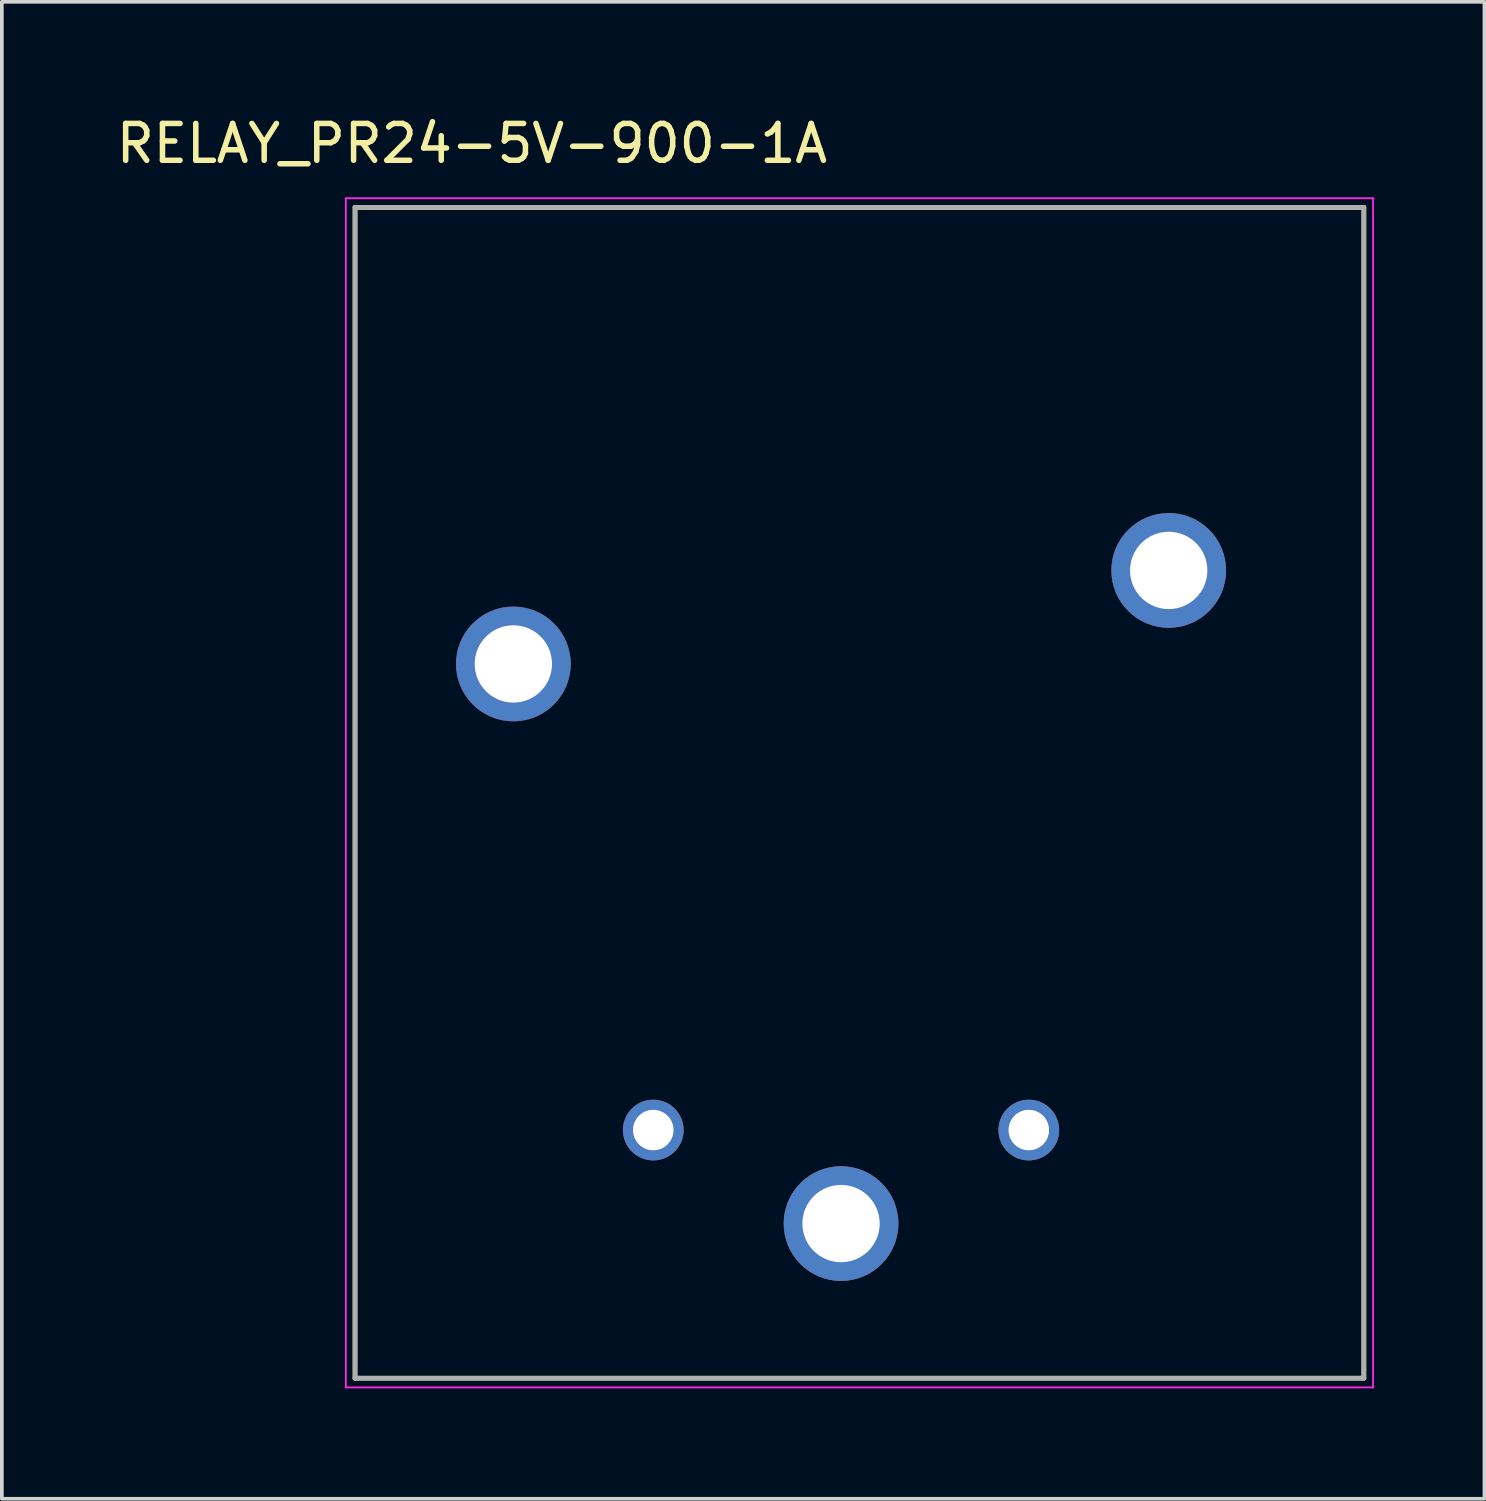
<source format=kicad_pcb>
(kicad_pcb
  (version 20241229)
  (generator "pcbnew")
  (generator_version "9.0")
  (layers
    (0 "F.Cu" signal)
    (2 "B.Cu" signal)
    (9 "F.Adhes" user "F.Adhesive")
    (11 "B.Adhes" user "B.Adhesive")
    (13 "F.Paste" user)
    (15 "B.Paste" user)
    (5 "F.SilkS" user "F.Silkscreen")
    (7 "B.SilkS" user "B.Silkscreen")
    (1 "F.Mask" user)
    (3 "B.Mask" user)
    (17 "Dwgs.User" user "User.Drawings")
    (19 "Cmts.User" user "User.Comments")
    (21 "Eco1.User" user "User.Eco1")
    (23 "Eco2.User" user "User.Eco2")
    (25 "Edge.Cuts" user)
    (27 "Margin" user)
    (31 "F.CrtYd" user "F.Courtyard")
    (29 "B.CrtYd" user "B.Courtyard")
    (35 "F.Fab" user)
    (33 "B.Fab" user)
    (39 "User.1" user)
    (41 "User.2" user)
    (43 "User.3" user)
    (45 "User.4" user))
  (footprint "RELAY_PR24-5V-900-1A"
    (layer "F.Cu")
    (at 20.293 18.483)
    (property "Reference" "RELAY_PR24-5V-900-1A" (at -10.525 -17.635 0) (layer "F.SilkS") (effects (font (size 1 1) (thickness 0.15))))
    (attr through_hole)
    (fp_line (start -13.7 -15.9) (end 13.7 -15.9) (stroke (width 0.127) (type solid)) (layer "F.SilkS"))
    (fp_line (start -13.7 15.9) (end -13.7 -15.9) (stroke (width 0.127) (type solid)) (layer "F.SilkS"))
    (fp_line (start 13.7 -15.9) (end 13.7 15.9) (stroke (width 0.127) (type solid)) (layer "F.SilkS"))
    (fp_line (start 13.7 15.9) (end -13.7 15.9) (stroke (width 0.127) (type solid)) (layer "F.SilkS"))
    (fp_line (start -13.95 -16.15) (end -13.95 16.15) (stroke (width 0.05) (type solid)) (layer "F.CrtYd"))
    (fp_line (start -13.95 16.15) (end 13.95 16.15) (stroke (width 0.05) (type solid)) (layer "F.CrtYd"))
    (fp_line (start 13.95 -16.15) (end -13.95 -16.15) (stroke (width 0.05) (type solid)) (layer "F.CrtYd"))
    (fp_line (start 13.95 16.15) (end 13.95 -16.15) (stroke (width 0.05) (type solid)) (layer "F.CrtYd"))
    (fp_line (start -13.7 -15.9) (end 13.7 -15.9) (stroke (width 0.127) (type solid)) (layer "F.Fab"))
    (fp_line (start -13.7 15.9) (end -13.7 -15.9) (stroke (width 0.127) (type solid)) (layer "F.Fab"))
    (fp_line (start 13.7 -15.9) (end 13.7 15.9) (stroke (width 0.127) (type solid)) (layer "F.Fab"))
    (fp_line (start 13.7 15.9) (end -13.7 15.9) (stroke (width 0.127) (type solid)) (layer "F.Fab"))
    (pad "A1" thru_hole circle (at 4.6 9.16) (size 1.65 1.65) (drill 1.1) (layers "*.Cu" "*.Mask"))
    (pad "A2" thru_hole circle (at -5.6 9.16) (size 1.65 1.65) (drill 1.1) (layers "*.Cu" "*.Mask"))
    (pad "COM_1" thru_hole circle (at -9.4 -3.5) (size 3.116 3.116) (drill 2.1) (layers "*.Cu" "*.Mask"))
    (pad "COM_2" thru_hole circle (at -0.5 11.7) (size 3.116 3.116) (drill 2.1) (layers "*.Cu" "*.Mask"))
    (pad "NO" thru_hole circle (at 8.4 -6.04) (size 3.116 3.116) (drill 2.1) (layers "*.Cu" "*.Mask")))
  (gr_rect
    (start -3 -3)
    (end 37.268 37.658)
    (stroke (width 0.1) (type default))
    (fill no)
    (layer "Edge.Cuts")))
</source>
